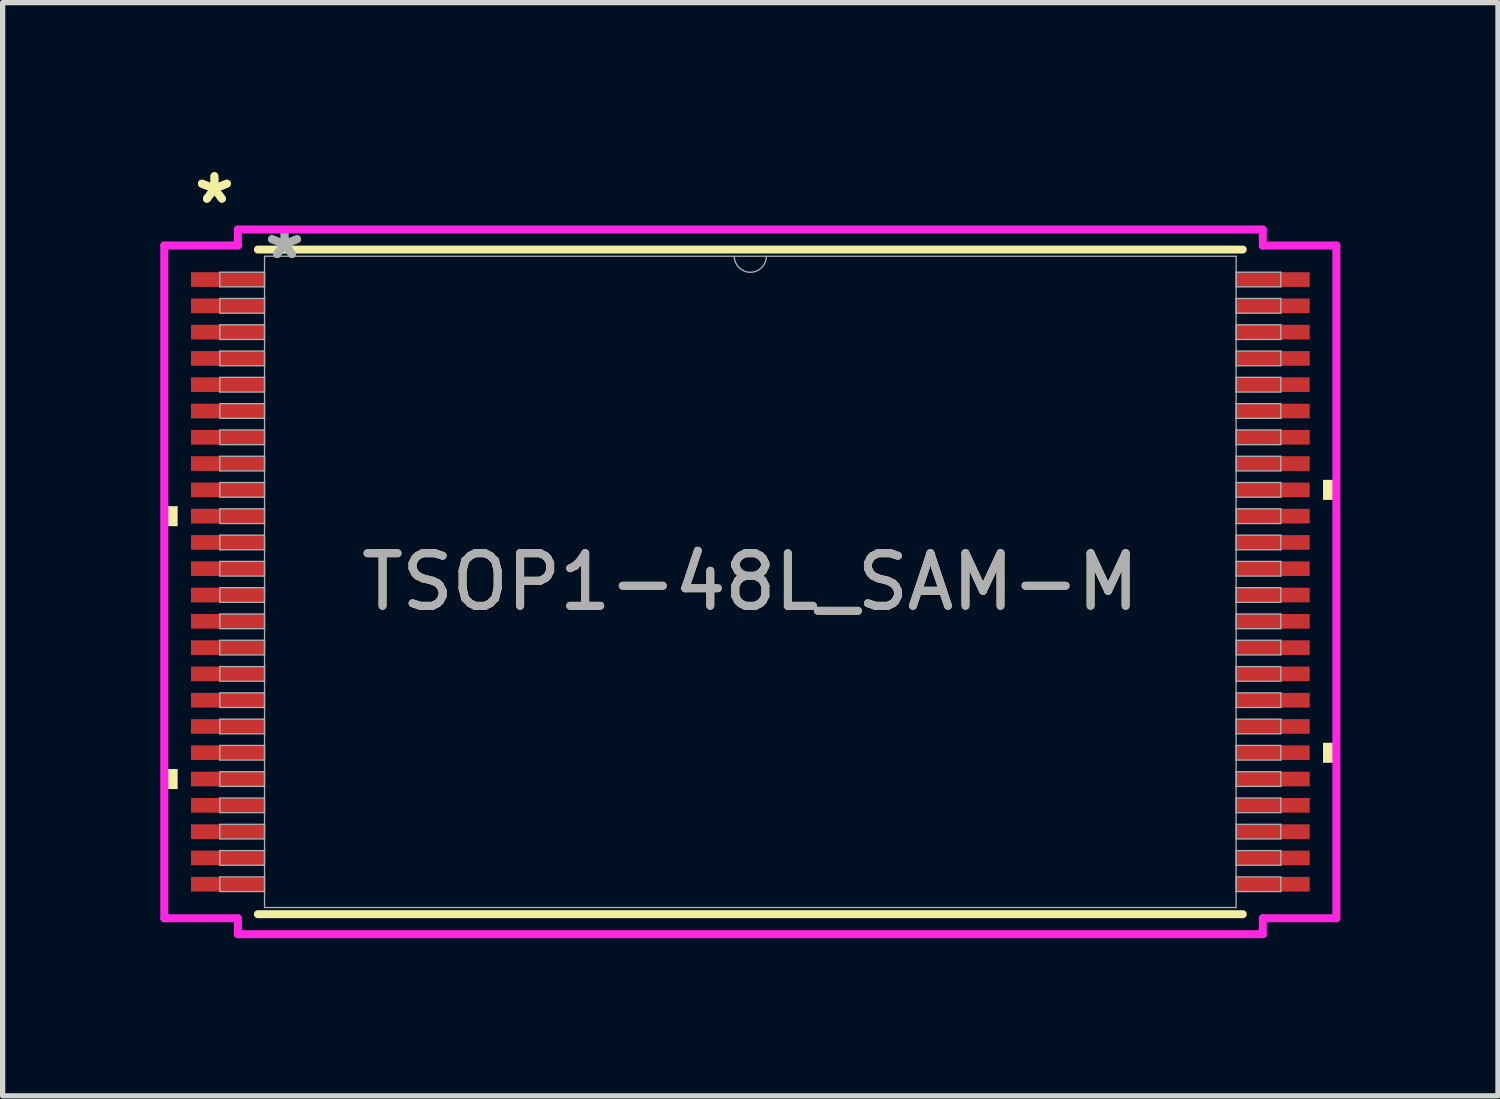
<source format=kicad_pcb>
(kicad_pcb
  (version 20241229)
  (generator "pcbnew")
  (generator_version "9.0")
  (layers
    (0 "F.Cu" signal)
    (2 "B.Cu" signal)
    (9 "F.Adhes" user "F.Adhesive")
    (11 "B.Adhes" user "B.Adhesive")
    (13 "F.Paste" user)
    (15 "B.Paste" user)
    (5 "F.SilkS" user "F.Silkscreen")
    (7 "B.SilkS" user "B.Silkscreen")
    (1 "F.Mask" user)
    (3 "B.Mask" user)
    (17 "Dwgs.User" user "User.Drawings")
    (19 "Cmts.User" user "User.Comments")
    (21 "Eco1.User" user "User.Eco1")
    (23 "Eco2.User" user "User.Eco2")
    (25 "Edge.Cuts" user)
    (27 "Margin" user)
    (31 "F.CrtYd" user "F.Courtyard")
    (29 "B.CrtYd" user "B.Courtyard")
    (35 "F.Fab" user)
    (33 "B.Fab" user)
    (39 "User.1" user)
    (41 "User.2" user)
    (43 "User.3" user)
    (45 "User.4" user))
  (footprint "TSOP1-48L_SAM-M"
    (layer "F.Cu")
    (at 11.231 8.025)
    (property "Reference" "TSOP1-48L_SAM-M" (at 0 0 0) (unlocked yes) (layer "F.SilkS") (effects (font (size 1 1) (thickness 0.15))))
    (attr smd)
    (fp_line (start -9.373 6.325) (end 9.373 6.325) (stroke (width 0.152) (type solid)) (layer "F.SilkS"))
    (fp_line (start 9.373 -6.325) (end -9.373 -6.325) (stroke (width 0.152) (type solid)) (layer "F.SilkS"))
    (fp_poly (pts (xy -11.154 -1.441) (xy -11.154 -1.06) (xy -10.9 -1.06) (xy -10.9 -1.441)) (stroke (width 0) (type solid)) (fill yes) (layer "F.SilkS"))
    (fp_poly (pts (xy -11.154 3.562) (xy -11.154 3.943) (xy -10.9 3.943) (xy -10.9 3.562)) (stroke (width 0) (type solid)) (fill yes) (layer "F.SilkS"))
    (fp_poly (pts (xy 11.154 -1.942) (xy 11.154 -1.561) (xy 10.9 -1.561) (xy 10.9 -1.942)) (stroke (width 0) (type solid)) (fill yes) (layer "F.SilkS"))
    (fp_poly (pts (xy 11.154 3.062) (xy 11.154 3.443) (xy 10.9 3.443) (xy 10.9 3.062)) (stroke (width 0) (type solid)) (fill yes) (layer "F.SilkS"))
    (fp_line (start -11.154 -6.402) (end -9.754 -6.402) (stroke (width 0.152) (type solid)) (layer "F.CrtYd"))
    (fp_line (start -11.154 6.402) (end -11.154 -6.402) (stroke (width 0.152) (type solid)) (layer "F.CrtYd"))
    (fp_line (start -11.154 6.402) (end -9.754 6.402) (stroke (width 0.152) (type solid)) (layer "F.CrtYd"))
    (fp_line (start -9.754 -6.706) (end 9.754 -6.706) (stroke (width 0.152) (type solid)) (layer "F.CrtYd"))
    (fp_line (start -9.754 -6.402) (end -9.754 -6.706) (stroke (width 0.152) (type solid)) (layer "F.CrtYd"))
    (fp_line (start -9.754 6.706) (end -9.754 6.402) (stroke (width 0.152) (type solid)) (layer "F.CrtYd"))
    (fp_line (start 9.754 -6.706) (end 9.754 -6.402) (stroke (width 0.152) (type solid)) (layer "F.CrtYd"))
    (fp_line (start 9.754 6.402) (end 9.754 6.706) (stroke (width 0.152) (type solid)) (layer "F.CrtYd"))
    (fp_line (start 9.754 6.706) (end -9.754 6.706) (stroke (width 0.152) (type solid)) (layer "F.CrtYd"))
    (fp_line (start 11.154 -6.402) (end 9.754 -6.402) (stroke (width 0.152) (type solid)) (layer "F.CrtYd"))
    (fp_line (start 11.154 -6.402) (end 11.154 6.402) (stroke (width 0.152) (type solid)) (layer "F.CrtYd"))
    (fp_line (start 11.154 6.402) (end 9.754 6.402) (stroke (width 0.152) (type solid)) (layer "F.CrtYd"))
    (fp_line (start -10.097 -5.894) (end -10.097 -5.615) (stroke (width 0.025) (type solid)) (layer "F.Fab"))
    (fp_line (start -10.097 -5.615) (end -9.246 -5.615) (stroke (width 0.025) (type solid)) (layer "F.Fab"))
    (fp_line (start -10.097 -5.394) (end -10.097 -5.114) (stroke (width 0.025) (type solid)) (layer "F.Fab"))
    (fp_line (start -10.097 -5.114) (end -9.246 -5.114) (stroke (width 0.025) (type solid)) (layer "F.Fab"))
    (fp_line (start -10.097 -4.893) (end -10.097 -4.614) (stroke (width 0.025) (type solid)) (layer "F.Fab"))
    (fp_line (start -10.097 -4.614) (end -9.246 -4.614) (stroke (width 0.025) (type solid)) (layer "F.Fab"))
    (fp_line (start -10.097 -4.393) (end -10.097 -4.114) (stroke (width 0.025) (type solid)) (layer "F.Fab"))
    (fp_line (start -10.097 -4.114) (end -9.246 -4.114) (stroke (width 0.025) (type solid)) (layer "F.Fab"))
    (fp_line (start -10.097 -3.893) (end -10.097 -3.613) (stroke (width 0.025) (type solid)) (layer "F.Fab"))
    (fp_line (start -10.097 -3.613) (end -9.246 -3.613) (stroke (width 0.025) (type solid)) (layer "F.Fab"))
    (fp_line (start -10.097 -3.392) (end -10.097 -3.113) (stroke (width 0.025) (type solid)) (layer "F.Fab"))
    (fp_line (start -10.097 -3.113) (end -9.246 -3.113) (stroke (width 0.025) (type solid)) (layer "F.Fab"))
    (fp_line (start -10.097 -2.892) (end -10.097 -2.612) (stroke (width 0.025) (type solid)) (layer "F.Fab"))
    (fp_line (start -10.097 -2.612) (end -9.246 -2.612) (stroke (width 0.025) (type solid)) (layer "F.Fab"))
    (fp_line (start -10.097 -2.391) (end -10.097 -2.112) (stroke (width 0.025) (type solid)) (layer "F.Fab"))
    (fp_line (start -10.097 -2.112) (end -9.246 -2.112) (stroke (width 0.025) (type solid)) (layer "F.Fab"))
    (fp_line (start -10.097 -1.891) (end -10.097 -1.612) (stroke (width 0.025) (type solid)) (layer "F.Fab"))
    (fp_line (start -10.097 -1.612) (end -9.246 -1.612) (stroke (width 0.025) (type solid)) (layer "F.Fab"))
    (fp_line (start -10.097 -1.391) (end -10.097 -1.111) (stroke (width 0.025) (type solid)) (layer "F.Fab"))
    (fp_line (start -10.097 -1.111) (end -9.246 -1.111) (stroke (width 0.025) (type solid)) (layer "F.Fab"))
    (fp_line (start -10.097 -0.89) (end -10.097 -0.611) (stroke (width 0.025) (type solid)) (layer "F.Fab"))
    (fp_line (start -10.097 -0.611) (end -9.246 -0.611) (stroke (width 0.025) (type solid)) (layer "F.Fab"))
    (fp_line (start -10.097 -0.39) (end -10.097 -0.11) (stroke (width 0.025) (type solid)) (layer "F.Fab"))
    (fp_line (start -10.097 -0.11) (end -9.246 -0.11) (stroke (width 0.025) (type solid)) (layer "F.Fab"))
    (fp_line (start -10.097 0.11) (end -10.097 0.39) (stroke (width 0.025) (type solid)) (layer "F.Fab"))
    (fp_line (start -10.097 0.39) (end -9.246 0.39) (stroke (width 0.025) (type solid)) (layer "F.Fab"))
    (fp_line (start -10.097 0.611) (end -10.097 0.89) (stroke (width 0.025) (type solid)) (layer "F.Fab"))
    (fp_line (start -10.097 0.89) (end -9.246 0.89) (stroke (width 0.025) (type solid)) (layer "F.Fab"))
    (fp_line (start -10.097 1.111) (end -10.097 1.391) (stroke (width 0.025) (type solid)) (layer "F.Fab"))
    (fp_line (start -10.097 1.391) (end -9.246 1.391) (stroke (width 0.025) (type solid)) (layer "F.Fab"))
    (fp_line (start -10.097 1.612) (end -10.097 1.891) (stroke (width 0.025) (type solid)) (layer "F.Fab"))
    (fp_line (start -10.097 1.891) (end -9.246 1.891) (stroke (width 0.025) (type solid)) (layer "F.Fab"))
    (fp_line (start -10.097 2.112) (end -10.097 2.391) (stroke (width 0.025) (type solid)) (layer "F.Fab"))
    (fp_line (start -10.097 2.391) (end -9.246 2.391) (stroke (width 0.025) (type solid)) (layer "F.Fab"))
    (fp_line (start -10.097 2.612) (end -10.097 2.892) (stroke (width 0.025) (type solid)) (layer "F.Fab"))
    (fp_line (start -10.097 2.892) (end -9.246 2.892) (stroke (width 0.025) (type solid)) (layer "F.Fab"))
    (fp_line (start -10.097 3.113) (end -10.097 3.392) (stroke (width 0.025) (type solid)) (layer "F.Fab"))
    (fp_line (start -10.097 3.392) (end -9.246 3.392) (stroke (width 0.025) (type solid)) (layer "F.Fab"))
    (fp_line (start -10.097 3.613) (end -10.097 3.893) (stroke (width 0.025) (type solid)) (layer "F.Fab"))
    (fp_line (start -10.097 3.893) (end -9.246 3.893) (stroke (width 0.025) (type solid)) (layer "F.Fab"))
    (fp_line (start -10.097 4.114) (end -10.097 4.393) (stroke (width 0.025) (type solid)) (layer "F.Fab"))
    (fp_line (start -10.097 4.393) (end -9.246 4.393) (stroke (width 0.025) (type solid)) (layer "F.Fab"))
    (fp_line (start -10.097 4.614) (end -10.097 4.893) (stroke (width 0.025) (type solid)) (layer "F.Fab"))
    (fp_line (start -10.097 4.893) (end -9.246 4.893) (stroke (width 0.025) (type solid)) (layer "F.Fab"))
    (fp_line (start -10.097 5.114) (end -10.097 5.394) (stroke (width 0.025) (type solid)) (layer "F.Fab"))
    (fp_line (start -10.097 5.394) (end -9.246 5.394) (stroke (width 0.025) (type solid)) (layer "F.Fab"))
    (fp_line (start -10.097 5.615) (end -10.097 5.894) (stroke (width 0.025) (type solid)) (layer "F.Fab"))
    (fp_line (start -10.097 5.894) (end -9.246 5.894) (stroke (width 0.025) (type solid)) (layer "F.Fab"))
    (fp_line (start -9.246 -6.198) (end -9.246 6.198) (stroke (width 0.025) (type solid)) (layer "F.Fab"))
    (fp_line (start -9.246 -5.894) (end -10.097 -5.894) (stroke (width 0.025) (type solid)) (layer "F.Fab"))
    (fp_line (start -9.246 -5.615) (end -9.246 -5.894) (stroke (width 0.025) (type solid)) (layer "F.Fab"))
    (fp_line (start -9.246 -5.394) (end -10.097 -5.394) (stroke (width 0.025) (type solid)) (layer "F.Fab"))
    (fp_line (start -9.246 -5.114) (end -9.246 -5.394) (stroke (width 0.025) (type solid)) (layer "F.Fab"))
    (fp_line (start -9.246 -4.893) (end -10.097 -4.893) (stroke (width 0.025) (type solid)) (layer "F.Fab"))
    (fp_line (start -9.246 -4.614) (end -9.246 -4.893) (stroke (width 0.025) (type solid)) (layer "F.Fab"))
    (fp_line (start -9.246 -4.393) (end -10.097 -4.393) (stroke (width 0.025) (type solid)) (layer "F.Fab"))
    (fp_line (start -9.246 -4.114) (end -9.246 -4.393) (stroke (width 0.025) (type solid)) (layer "F.Fab"))
    (fp_line (start -9.246 -3.893) (end -10.097 -3.893) (stroke (width 0.025) (type solid)) (layer "F.Fab"))
    (fp_line (start -9.246 -3.613) (end -9.246 -3.893) (stroke (width 0.025) (type solid)) (layer "F.Fab"))
    (fp_line (start -9.246 -3.392) (end -10.097 -3.392) (stroke (width 0.025) (type solid)) (layer "F.Fab"))
    (fp_line (start -9.246 -3.113) (end -9.246 -3.392) (stroke (width 0.025) (type solid)) (layer "F.Fab"))
    (fp_line (start -9.246 -2.892) (end -10.097 -2.892) (stroke (width 0.025) (type solid)) (layer "F.Fab"))
    (fp_line (start -9.246 -2.612) (end -9.246 -2.892) (stroke (width 0.025) (type solid)) (layer "F.Fab"))
    (fp_line (start -9.246 -2.391) (end -10.097 -2.391) (stroke (width 0.025) (type solid)) (layer "F.Fab"))
    (fp_line (start -9.246 -2.112) (end -9.246 -2.391) (stroke (width 0.025) (type solid)) (layer "F.Fab"))
    (fp_line (start -9.246 -1.891) (end -10.097 -1.891) (stroke (width 0.025) (type solid)) (layer "F.Fab"))
    (fp_line (start -9.246 -1.612) (end -9.246 -1.891) (stroke (width 0.025) (type solid)) (layer "F.Fab"))
    (fp_line (start -9.246 -1.391) (end -10.097 -1.391) (stroke (width 0.025) (type solid)) (layer "F.Fab"))
    (fp_line (start -9.246 -1.111) (end -9.246 -1.391) (stroke (width 0.025) (type solid)) (layer "F.Fab"))
    (fp_line (start -9.246 -0.89) (end -10.097 -0.89) (stroke (width 0.025) (type solid)) (layer "F.Fab"))
    (fp_line (start -9.246 -0.611) (end -9.246 -0.89) (stroke (width 0.025) (type solid)) (layer "F.Fab"))
    (fp_line (start -9.246 -0.39) (end -10.097 -0.39) (stroke (width 0.025) (type solid)) (layer "F.Fab"))
    (fp_line (start -9.246 -0.11) (end -9.246 -0.39) (stroke (width 0.025) (type solid)) (layer "F.Fab"))
    (fp_line (start -9.246 0.11) (end -10.097 0.11) (stroke (width 0.025) (type solid)) (layer "F.Fab"))
    (fp_line (start -9.246 0.39) (end -9.246 0.11) (stroke (width 0.025) (type solid)) (layer "F.Fab"))
    (fp_line (start -9.246 0.611) (end -10.097 0.611) (stroke (width 0.025) (type solid)) (layer "F.Fab"))
    (fp_line (start -9.246 0.89) (end -9.246 0.611) (stroke (width 0.025) (type solid)) (layer "F.Fab"))
    (fp_line (start -9.246 1.111) (end -10.097 1.111) (stroke (width 0.025) (type solid)) (layer "F.Fab"))
    (fp_line (start -9.246 1.391) (end -9.246 1.111) (stroke (width 0.025) (type solid)) (layer "F.Fab"))
    (fp_line (start -9.246 1.612) (end -10.097 1.612) (stroke (width 0.025) (type solid)) (layer "F.Fab"))
    (fp_line (start -9.246 1.891) (end -9.246 1.612) (stroke (width 0.025) (type solid)) (layer "F.Fab"))
    (fp_line (start -9.246 2.112) (end -10.097 2.112) (stroke (width 0.025) (type solid)) (layer "F.Fab"))
    (fp_line (start -9.246 2.391) (end -9.246 2.112) (stroke (width 0.025) (type solid)) (layer "F.Fab"))
    (fp_line (start -9.246 2.612) (end -10.097 2.612) (stroke (width 0.025) (type solid)) (layer "F.Fab"))
    (fp_line (start -9.246 2.892) (end -9.246 2.612) (stroke (width 0.025) (type solid)) (layer "F.Fab"))
    (fp_line (start -9.246 3.113) (end -10.097 3.113) (stroke (width 0.025) (type solid)) (layer "F.Fab"))
    (fp_line (start -9.246 3.392) (end -9.246 3.113) (stroke (width 0.025) (type solid)) (layer "F.Fab"))
    (fp_line (start -9.246 3.613) (end -10.097 3.613) (stroke (width 0.025) (type solid)) (layer "F.Fab"))
    (fp_line (start -9.246 3.893) (end -9.246 3.613) (stroke (width 0.025) (type solid)) (layer "F.Fab"))
    (fp_line (start -9.246 4.114) (end -10.097 4.114) (stroke (width 0.025) (type solid)) (layer "F.Fab"))
    (fp_line (start -9.246 4.393) (end -9.246 4.114) (stroke (width 0.025) (type solid)) (layer "F.Fab"))
    (fp_line (start -9.246 4.614) (end -10.097 4.614) (stroke (width 0.025) (type solid)) (layer "F.Fab"))
    (fp_line (start -9.246 4.893) (end -9.246 4.614) (stroke (width 0.025) (type solid)) (layer "F.Fab"))
    (fp_line (start -9.246 5.114) (end -10.097 5.114) (stroke (width 0.025) (type solid)) (layer "F.Fab"))
    (fp_line (start -9.246 5.394) (end -9.246 5.114) (stroke (width 0.025) (type solid)) (layer "F.Fab"))
    (fp_line (start -9.246 5.615) (end -10.097 5.615) (stroke (width 0.025) (type solid)) (layer "F.Fab"))
    (fp_line (start -9.246 5.894) (end -9.246 5.615) (stroke (width 0.025) (type solid)) (layer "F.Fab"))
    (fp_line (start -9.246 6.198) (end 9.246 6.198) (stroke (width 0.025) (type solid)) (layer "F.Fab"))
    (fp_line (start 9.246 -6.198) (end -9.246 -6.198) (stroke (width 0.025) (type solid)) (layer "F.Fab"))
    (fp_line (start 9.246 -5.894) (end 9.246 -5.615) (stroke (width 0.025) (type solid)) (layer "F.Fab"))
    (fp_line (start 9.246 -5.615) (end 10.097 -5.615) (stroke (width 0.025) (type solid)) (layer "F.Fab"))
    (fp_line (start 9.246 -5.394) (end 9.246 -5.114) (stroke (width 0.025) (type solid)) (layer "F.Fab"))
    (fp_line (start 9.246 -5.114) (end 10.097 -5.114) (stroke (width 0.025) (type solid)) (layer "F.Fab"))
    (fp_line (start 9.246 -4.893) (end 9.246 -4.614) (stroke (width 0.025) (type solid)) (layer "F.Fab"))
    (fp_line (start 9.246 -4.614) (end 10.097 -4.614) (stroke (width 0.025) (type solid)) (layer "F.Fab"))
    (fp_line (start 9.246 -4.393) (end 9.246 -4.114) (stroke (width 0.025) (type solid)) (layer "F.Fab"))
    (fp_line (start 9.246 -4.114) (end 10.097 -4.114) (stroke (width 0.025) (type solid)) (layer "F.Fab"))
    (fp_line (start 9.246 -3.893) (end 9.246 -3.613) (stroke (width 0.025) (type solid)) (layer "F.Fab"))
    (fp_line (start 9.246 -3.613) (end 10.097 -3.613) (stroke (width 0.025) (type solid)) (layer "F.Fab"))
    (fp_line (start 9.246 -3.392) (end 9.246 -3.113) (stroke (width 0.025) (type solid)) (layer "F.Fab"))
    (fp_line (start 9.246 -3.113) (end 10.097 -3.113) (stroke (width 0.025) (type solid)) (layer "F.Fab"))
    (fp_line (start 9.246 -2.892) (end 9.246 -2.612) (stroke (width 0.025) (type solid)) (layer "F.Fab"))
    (fp_line (start 9.246 -2.612) (end 10.097 -2.612) (stroke (width 0.025) (type solid)) (layer "F.Fab"))
    (fp_line (start 9.246 -2.391) (end 9.246 -2.112) (stroke (width 0.025) (type solid)) (layer "F.Fab"))
    (fp_line (start 9.246 -2.112) (end 10.097 -2.112) (stroke (width 0.025) (type solid)) (layer "F.Fab"))
    (fp_line (start 9.246 -1.891) (end 9.246 -1.612) (stroke (width 0.025) (type solid)) (layer "F.Fab"))
    (fp_line (start 9.246 -1.612) (end 10.097 -1.612) (stroke (width 0.025) (type solid)) (layer "F.Fab"))
    (fp_line (start 9.246 -1.391) (end 9.246 -1.111) (stroke (width 0.025) (type solid)) (layer "F.Fab"))
    (fp_line (start 9.246 -1.111) (end 10.097 -1.111) (stroke (width 0.025) (type solid)) (layer "F.Fab"))
    (fp_line (start 9.246 -0.89) (end 9.246 -0.611) (stroke (width 0.025) (type solid)) (layer "F.Fab"))
    (fp_line (start 9.246 -0.611) (end 10.097 -0.611) (stroke (width 0.025) (type solid)) (layer "F.Fab"))
    (fp_line (start 9.246 -0.39) (end 9.246 -0.11) (stroke (width 0.025) (type solid)) (layer "F.Fab"))
    (fp_line (start 9.246 -0.11) (end 10.097 -0.11) (stroke (width 0.025) (type solid)) (layer "F.Fab"))
    (fp_line (start 9.246 0.11) (end 9.246 0.39) (stroke (width 0.025) (type solid)) (layer "F.Fab"))
    (fp_line (start 9.246 0.39) (end 10.097 0.39) (stroke (width 0.025) (type solid)) (layer "F.Fab"))
    (fp_line (start 9.246 0.611) (end 9.246 0.89) (stroke (width 0.025) (type solid)) (layer "F.Fab"))
    (fp_line (start 9.246 0.89) (end 10.097 0.89) (stroke (width 0.025) (type solid)) (layer "F.Fab"))
    (fp_line (start 9.246 1.111) (end 9.246 1.391) (stroke (width 0.025) (type solid)) (layer "F.Fab"))
    (fp_line (start 9.246 1.391) (end 10.097 1.391) (stroke (width 0.025) (type solid)) (layer "F.Fab"))
    (fp_line (start 9.246 1.612) (end 9.246 1.891) (stroke (width 0.025) (type solid)) (layer "F.Fab"))
    (fp_line (start 9.246 1.891) (end 10.097 1.891) (stroke (width 0.025) (type solid)) (layer "F.Fab"))
    (fp_line (start 9.246 2.112) (end 9.246 2.391) (stroke (width 0.025) (type solid)) (layer "F.Fab"))
    (fp_line (start 9.246 2.391) (end 10.097 2.391) (stroke (width 0.025) (type solid)) (layer "F.Fab"))
    (fp_line (start 9.246 2.612) (end 9.246 2.892) (stroke (width 0.025) (type solid)) (layer "F.Fab"))
    (fp_line (start 9.246 2.892) (end 10.097 2.892) (stroke (width 0.025) (type solid)) (layer "F.Fab"))
    (fp_line (start 9.246 3.113) (end 9.246 3.392) (stroke (width 0.025) (type solid)) (layer "F.Fab"))
    (fp_line (start 9.246 3.392) (end 10.097 3.392) (stroke (width 0.025) (type solid)) (layer "F.Fab"))
    (fp_line (start 9.246 3.613) (end 9.246 3.893) (stroke (width 0.025) (type solid)) (layer "F.Fab"))
    (fp_line (start 9.246 3.893) (end 10.097 3.893) (stroke (width 0.025) (type solid)) (layer "F.Fab"))
    (fp_line (start 9.246 4.114) (end 9.246 4.393) (stroke (width 0.025) (type solid)) (layer "F.Fab"))
    (fp_line (start 9.246 4.393) (end 10.097 4.393) (stroke (width 0.025) (type solid)) (layer "F.Fab"))
    (fp_line (start 9.246 4.614) (end 9.246 4.893) (stroke (width 0.025) (type solid)) (layer "F.Fab"))
    (fp_line (start 9.246 4.893) (end 10.097 4.893) (stroke (width 0.025) (type solid)) (layer "F.Fab"))
    (fp_line (start 9.246 5.114) (end 9.246 5.394) (stroke (width 0.025) (type solid)) (layer "F.Fab"))
    (fp_line (start 9.246 5.394) (end 10.097 5.394) (stroke (width 0.025) (type solid)) (layer "F.Fab"))
    (fp_line (start 9.246 5.615) (end 9.246 5.894) (stroke (width 0.025) (type solid)) (layer "F.Fab"))
    (fp_line (start 9.246 5.894) (end 10.097 5.894) (stroke (width 0.025) (type solid)) (layer "F.Fab"))
    (fp_line (start 9.246 6.198) (end 9.246 -6.198) (stroke (width 0.025) (type solid)) (layer "F.Fab"))
    (fp_line (start 10.097 -5.894) (end 9.246 -5.894) (stroke (width 0.025) (type solid)) (layer "F.Fab"))
    (fp_line (start 10.097 -5.615) (end 10.097 -5.894) (stroke (width 0.025) (type solid)) (layer "F.Fab"))
    (fp_line (start 10.097 -5.394) (end 9.246 -5.394) (stroke (width 0.025) (type solid)) (layer "F.Fab"))
    (fp_line (start 10.097 -5.114) (end 10.097 -5.394) (stroke (width 0.025) (type solid)) (layer "F.Fab"))
    (fp_line (start 10.097 -4.893) (end 9.246 -4.893) (stroke (width 0.025) (type solid)) (layer "F.Fab"))
    (fp_line (start 10.097 -4.614) (end 10.097 -4.893) (stroke (width 0.025) (type solid)) (layer "F.Fab"))
    (fp_line (start 10.097 -4.393) (end 9.246 -4.393) (stroke (width 0.025) (type solid)) (layer "F.Fab"))
    (fp_line (start 10.097 -4.114) (end 10.097 -4.393) (stroke (width 0.025) (type solid)) (layer "F.Fab"))
    (fp_line (start 10.097 -3.893) (end 9.246 -3.893) (stroke (width 0.025) (type solid)) (layer "F.Fab"))
    (fp_line (start 10.097 -3.613) (end 10.097 -3.893) (stroke (width 0.025) (type solid)) (layer "F.Fab"))
    (fp_line (start 10.097 -3.392) (end 9.246 -3.392) (stroke (width 0.025) (type solid)) (layer "F.Fab"))
    (fp_line (start 10.097 -3.113) (end 10.097 -3.392) (stroke (width 0.025) (type solid)) (layer "F.Fab"))
    (fp_line (start 10.097 -2.892) (end 9.246 -2.892) (stroke (width 0.025) (type solid)) (layer "F.Fab"))
    (fp_line (start 10.097 -2.612) (end 10.097 -2.892) (stroke (width 0.025) (type solid)) (layer "F.Fab"))
    (fp_line (start 10.097 -2.391) (end 9.246 -2.391) (stroke (width 0.025) (type solid)) (layer "F.Fab"))
    (fp_line (start 10.097 -2.112) (end 10.097 -2.391) (stroke (width 0.025) (type solid)) (layer "F.Fab"))
    (fp_line (start 10.097 -1.891) (end 9.246 -1.891) (stroke (width 0.025) (type solid)) (layer "F.Fab"))
    (fp_line (start 10.097 -1.612) (end 10.097 -1.891) (stroke (width 0.025) (type solid)) (layer "F.Fab"))
    (fp_line (start 10.097 -1.391) (end 9.246 -1.391) (stroke (width 0.025) (type solid)) (layer "F.Fab"))
    (fp_line (start 10.097 -1.111) (end 10.097 -1.391) (stroke (width 0.025) (type solid)) (layer "F.Fab"))
    (fp_line (start 10.097 -0.89) (end 9.246 -0.89) (stroke (width 0.025) (type solid)) (layer "F.Fab"))
    (fp_line (start 10.097 -0.611) (end 10.097 -0.89) (stroke (width 0.025) (type solid)) (layer "F.Fab"))
    (fp_line (start 10.097 -0.39) (end 9.246 -0.39) (stroke (width 0.025) (type solid)) (layer "F.Fab"))
    (fp_line (start 10.097 -0.11) (end 10.097 -0.39) (stroke (width 0.025) (type solid)) (layer "F.Fab"))
    (fp_line (start 10.097 0.11) (end 9.246 0.11) (stroke (width 0.025) (type solid)) (layer "F.Fab"))
    (fp_line (start 10.097 0.39) (end 10.097 0.11) (stroke (width 0.025) (type solid)) (layer "F.Fab"))
    (fp_line (start 10.097 0.611) (end 9.246 0.611) (stroke (width 0.025) (type solid)) (layer "F.Fab"))
    (fp_line (start 10.097 0.89) (end 10.097 0.611) (stroke (width 0.025) (type solid)) (layer "F.Fab"))
    (fp_line (start 10.097 1.111) (end 9.246 1.111) (stroke (width 0.025) (type solid)) (layer "F.Fab"))
    (fp_line (start 10.097 1.391) (end 10.097 1.111) (stroke (width 0.025) (type solid)) (layer "F.Fab"))
    (fp_line (start 10.097 1.612) (end 9.246 1.612) (stroke (width 0.025) (type solid)) (layer "F.Fab"))
    (fp_line (start 10.097 1.891) (end 10.097 1.612) (stroke (width 0.025) (type solid)) (layer "F.Fab"))
    (fp_line (start 10.097 2.112) (end 9.246 2.112) (stroke (width 0.025) (type solid)) (layer "F.Fab"))
    (fp_line (start 10.097 2.391) (end 10.097 2.112) (stroke (width 0.025) (type solid)) (layer "F.Fab"))
    (fp_line (start 10.097 2.612) (end 9.246 2.612) (stroke (width 0.025) (type solid)) (layer "F.Fab"))
    (fp_line (start 10.097 2.892) (end 10.097 2.612) (stroke (width 0.025) (type solid)) (layer "F.Fab"))
    (fp_line (start 10.097 3.113) (end 9.246 3.113) (stroke (width 0.025) (type solid)) (layer "F.Fab"))
    (fp_line (start 10.097 3.392) (end 10.097 3.113) (stroke (width 0.025) (type solid)) (layer "F.Fab"))
    (fp_line (start 10.097 3.613) (end 9.246 3.613) (stroke (width 0.025) (type solid)) (layer "F.Fab"))
    (fp_line (start 10.097 3.893) (end 10.097 3.613) (stroke (width 0.025) (type solid)) (layer "F.Fab"))
    (fp_line (start 10.097 4.114) (end 9.246 4.114) (stroke (width 0.025) (type solid)) (layer "F.Fab"))
    (fp_line (start 10.097 4.393) (end 10.097 4.114) (stroke (width 0.025) (type solid)) (layer "F.Fab"))
    (fp_line (start 10.097 4.614) (end 9.246 4.614) (stroke (width 0.025) (type solid)) (layer "F.Fab"))
    (fp_line (start 10.097 4.893) (end 10.097 4.614) (stroke (width 0.025) (type solid)) (layer "F.Fab"))
    (fp_line (start 10.097 5.114) (end 9.246 5.114) (stroke (width 0.025) (type solid)) (layer "F.Fab"))
    (fp_line (start 10.097 5.394) (end 10.097 5.114) (stroke (width 0.025) (type solid)) (layer "F.Fab"))
    (fp_line (start 10.097 5.615) (end 9.246 5.615) (stroke (width 0.025) (type solid)) (layer "F.Fab"))
    (fp_line (start 10.097 5.894) (end 10.097 5.615) (stroke (width 0.025) (type solid)) (layer "F.Fab"))
    (fp_arc (start 0.3048 -6.1976) (mid 0 -5.8928) (end -0.3048 -6.1976) (stroke (width 0.0254) (type solid)) (layer "F.Fab"))
    (fp_text user "*" (at -10.2 -7.177 0) (layer "F.SilkS") (effects (font (size 1 1) (thickness 0.15))))
    (fp_text user "*" (at -10.2 -7.177 0) (unlocked yes) (layer "F.SilkS") (effects (font (size 1 1) (thickness 0.15))))
    (fp_text user "*" (at -8.865 -6.121 0) (unlocked yes) (layer "F.Fab") (effects (font (size 1 1) (thickness 0.15))))
    (fp_text user "${REFERENCE}" (at 0 0 0) (unlocked yes) (layer "F.Fab") (effects (font (size 1 1) (thickness 0.15))))
    (fp_text user "*" (at -8.865 -6.121 0) (layer "F.Fab") (effects (font (size 1 1) (thickness 0.15))))
    (pad "1" smd rect (at -9.946 -5.754) (size 1.401 0.279) (layers "F.Cu" "F.Mask" "F.Paste"))
    (pad "2" smd rect (at -9.946 -5.254) (size 1.401 0.279) (layers "F.Cu" "F.Mask" "F.Paste"))
    (pad "3" smd rect (at -9.946 -4.754) (size 1.401 0.279) (layers "F.Cu" "F.Mask" "F.Paste"))
    (pad "4" smd rect (at -9.946 -4.253) (size 1.401 0.279) (layers "F.Cu" "F.Mask" "F.Paste"))
    (pad "5" smd rect (at -9.946 -3.753) (size 1.401 0.279) (layers "F.Cu" "F.Mask" "F.Paste"))
    (pad "6" smd rect (at -9.946 -3.252) (size 1.401 0.279) (layers "F.Cu" "F.Mask" "F.Paste"))
    (pad "7" smd rect (at -9.946 -2.752) (size 1.401 0.279) (layers "F.Cu" "F.Mask" "F.Paste"))
    (pad "8" smd rect (at -9.946 -2.252) (size 1.401 0.279) (layers "F.Cu" "F.Mask" "F.Paste"))
    (pad "9" smd rect (at -9.946 -1.751) (size 1.401 0.279) (layers "F.Cu" "F.Mask" "F.Paste"))
    (pad "10" smd rect (at -9.946 -1.251) (size 1.401 0.279) (layers "F.Cu" "F.Mask" "F.Paste"))
    (pad "11" smd rect (at -9.946 -0.751) (size 1.401 0.279) (layers "F.Cu" "F.Mask" "F.Paste"))
    (pad "12" smd rect (at -9.946 -0.25) (size 1.401 0.279) (layers "F.Cu" "F.Mask" "F.Paste"))
    (pad "13" smd rect (at -9.946 0.25) (size 1.401 0.279) (layers "F.Cu" "F.Mask" "F.Paste"))
    (pad "14" smd rect (at -9.946 0.751) (size 1.401 0.279) (layers "F.Cu" "F.Mask" "F.Paste"))
    (pad "15" smd rect (at -9.946 1.251) (size 1.401 0.279) (layers "F.Cu" "F.Mask" "F.Paste"))
    (pad "16" smd rect (at -9.946 1.751) (size 1.401 0.279) (layers "F.Cu" "F.Mask" "F.Paste"))
    (pad "17" smd rect (at -9.946 2.252) (size 1.401 0.279) (layers "F.Cu" "F.Mask" "F.Paste"))
    (pad "18" smd rect (at -9.946 2.752) (size 1.401 0.279) (layers "F.Cu" "F.Mask" "F.Paste"))
    (pad "19" smd rect (at -9.946 3.252) (size 1.401 0.279) (layers "F.Cu" "F.Mask" "F.Paste"))
    (pad "20" smd rect (at -9.946 3.753) (size 1.401 0.279) (layers "F.Cu" "F.Mask" "F.Paste"))
    (pad "21" smd rect (at -9.946 4.253) (size 1.401 0.279) (layers "F.Cu" "F.Mask" "F.Paste"))
    (pad "22" smd rect (at -9.946 4.754) (size 1.401 0.279) (layers "F.Cu" "F.Mask" "F.Paste"))
    (pad "23" smd rect (at -9.946 5.254) (size 1.401 0.279) (layers "F.Cu" "F.Mask" "F.Paste"))
    (pad "24" smd rect (at -9.946 5.754) (size 1.401 0.279) (layers "F.Cu" "F.Mask" "F.Paste"))
    (pad "25" smd rect (at 9.946 5.754) (size 1.401 0.279) (layers "F.Cu" "F.Mask" "F.Paste"))
    (pad "26" smd rect (at 9.946 5.254) (size 1.401 0.279) (layers "F.Cu" "F.Mask" "F.Paste"))
    (pad "27" smd rect (at 9.946 4.754) (size 1.401 0.279) (layers "F.Cu" "F.Mask" "F.Paste"))
    (pad "28" smd rect (at 9.946 4.253) (size 1.401 0.279) (layers "F.Cu" "F.Mask" "F.Paste"))
    (pad "29" smd rect (at 9.946 3.753) (size 1.401 0.279) (layers "F.Cu" "F.Mask" "F.Paste"))
    (pad "30" smd rect (at 9.946 3.252) (size 1.401 0.279) (layers "F.Cu" "F.Mask" "F.Paste"))
    (pad "31" smd rect (at 9.946 2.752) (size 1.401 0.279) (layers "F.Cu" "F.Mask" "F.Paste"))
    (pad "32" smd rect (at 9.946 2.252) (size 1.401 0.279) (layers "F.Cu" "F.Mask" "F.Paste"))
    (pad "33" smd rect (at 9.946 1.751) (size 1.401 0.279) (layers "F.Cu" "F.Mask" "F.Paste"))
    (pad "34" smd rect (at 9.946 1.251) (size 1.401 0.279) (layers "F.Cu" "F.Mask" "F.Paste"))
    (pad "35" smd rect (at 9.946 0.751) (size 1.401 0.279) (layers "F.Cu" "F.Mask" "F.Paste"))
    (pad "36" smd rect (at 9.946 0.25) (size 1.401 0.279) (layers "F.Cu" "F.Mask" "F.Paste"))
    (pad "37" smd rect (at 9.946 -0.25) (size 1.401 0.279) (layers "F.Cu" "F.Mask" "F.Paste"))
    (pad "38" smd rect (at 9.946 -0.751) (size 1.401 0.279) (layers "F.Cu" "F.Mask" "F.Paste"))
    (pad "39" smd rect (at 9.946 -1.251) (size 1.401 0.279) (layers "F.Cu" "F.Mask" "F.Paste"))
    (pad "40" smd rect (at 9.946 -1.751) (size 1.401 0.279) (layers "F.Cu" "F.Mask" "F.Paste"))
    (pad "41" smd rect (at 9.946 -2.252) (size 1.401 0.279) (layers "F.Cu" "F.Mask" "F.Paste"))
    (pad "42" smd rect (at 9.946 -2.752) (size 1.401 0.279) (layers "F.Cu" "F.Mask" "F.Paste"))
    (pad "43" smd rect (at 9.946 -3.252) (size 1.401 0.279) (layers "F.Cu" "F.Mask" "F.Paste"))
    (pad "44" smd rect (at 9.946 -3.753) (size 1.401 0.279) (layers "F.Cu" "F.Mask" "F.Paste"))
    (pad "45" smd rect (at 9.946 -4.253) (size 1.401 0.279) (layers "F.Cu" "F.Mask" "F.Paste"))
    (pad "46" smd rect (at 9.946 -4.754) (size 1.401 0.279) (layers "F.Cu" "F.Mask" "F.Paste"))
    (pad "47" smd rect (at 9.946 -5.254) (size 1.401 0.279) (layers "F.Cu" "F.Mask" "F.Paste"))
    (pad "48" smd rect (at 9.946 -5.754) (size 1.401 0.279) (layers "F.Cu" "F.Mask" "F.Paste")))
  (gr_rect
    (start -3 -3)
    (end 25.461 17.807)
    (stroke (width 0.1) (type default))
    (fill no)
    (layer "Edge.Cuts")))
</source>
